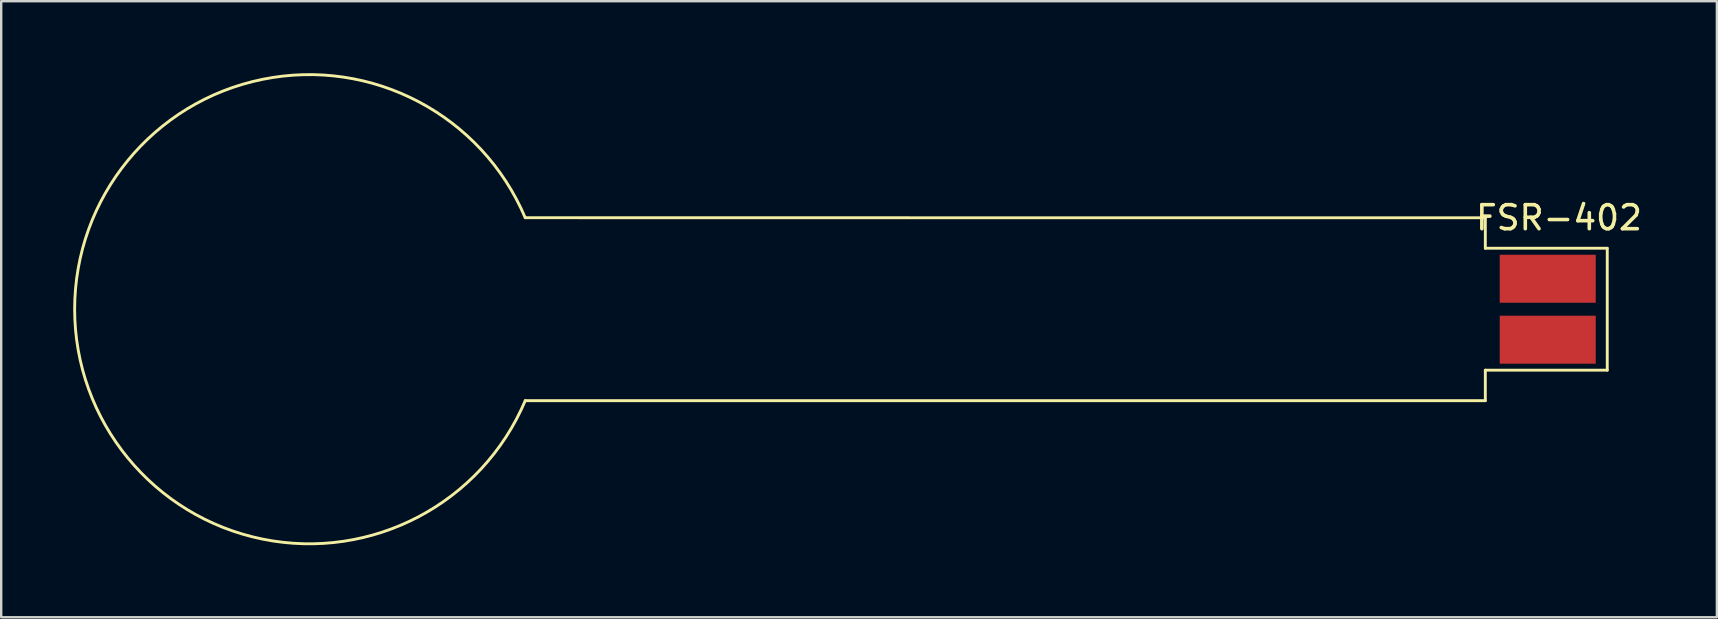
<source format=kicad_pcb>
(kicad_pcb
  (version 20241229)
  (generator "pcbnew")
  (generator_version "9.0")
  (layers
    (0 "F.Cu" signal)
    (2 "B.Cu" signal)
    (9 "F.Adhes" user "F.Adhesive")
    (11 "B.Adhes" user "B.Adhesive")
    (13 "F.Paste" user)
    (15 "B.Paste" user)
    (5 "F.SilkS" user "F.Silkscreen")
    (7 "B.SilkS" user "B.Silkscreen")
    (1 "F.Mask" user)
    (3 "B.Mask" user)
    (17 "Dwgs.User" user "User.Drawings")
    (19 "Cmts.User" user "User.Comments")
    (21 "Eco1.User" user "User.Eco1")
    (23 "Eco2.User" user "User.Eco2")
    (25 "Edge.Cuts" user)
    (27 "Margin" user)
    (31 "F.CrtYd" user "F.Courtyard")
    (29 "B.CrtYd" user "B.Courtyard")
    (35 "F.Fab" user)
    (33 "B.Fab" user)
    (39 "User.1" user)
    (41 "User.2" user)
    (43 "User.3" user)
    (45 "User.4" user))
  (footprint "FSR-402"
    (layer "F.Cu")
    (at 9.833 9.833)
    (property "Reference" "FSR-402" (at 52.07 -3.81 0) (layer "F.SilkS") (effects (font (size 1 1) (thickness 0.15))))
    (attr through_hole)
    (fp_line (start 8.999 -3.812) (end 49 -3.81) (stroke (width 0.12) (type solid)) (layer "F.SilkS"))
    (fp_line (start 49 -3.81) (end 49 -2.54) (stroke (width 0.12) (type solid)) (layer "F.SilkS"))
    (fp_line (start 49 -2.54) (end 54.08 -2.54) (stroke (width 0.12) (type solid)) (layer "F.SilkS"))
    (fp_line (start 49 2.54) (end 49 3.81) (stroke (width 0.12) (type solid)) (layer "F.SilkS"))
    (fp_line (start 49 3.81) (end 9 3.81) (stroke (width 0.12) (type solid)) (layer "F.SilkS"))
    (fp_line (start 54.08 -2.54) (end 54.08 2.54) (stroke (width 0.12) (type solid)) (layer "F.SilkS"))
    (fp_line (start 54.08 2.54) (end 49 2.54) (stroke (width 0.12) (type solid)) (layer "F.SilkS"))
    (fp_arc (start 9 3.81) (mid -9.773234 0.000928) (end 8.999276 -3.811709) (stroke (width 0.12) (type solid)) (layer "F.SilkS"))
    (pad "1" smd rect (at 51.6 -1.27 270) (size 2 4) (layers "F.Cu" "F.Mask" "F.Paste"))
    (pad "2" smd rect (at 51.6 1.27 270) (size 2 4) (layers "F.Cu" "F.Mask" "F.Paste")))
  (gr_rect
    (start -3 -3)
    (end 68.481 22.666)
    (stroke (width 0.1) (type default))
    (fill no)
    (layer "Edge.Cuts")))
</source>
